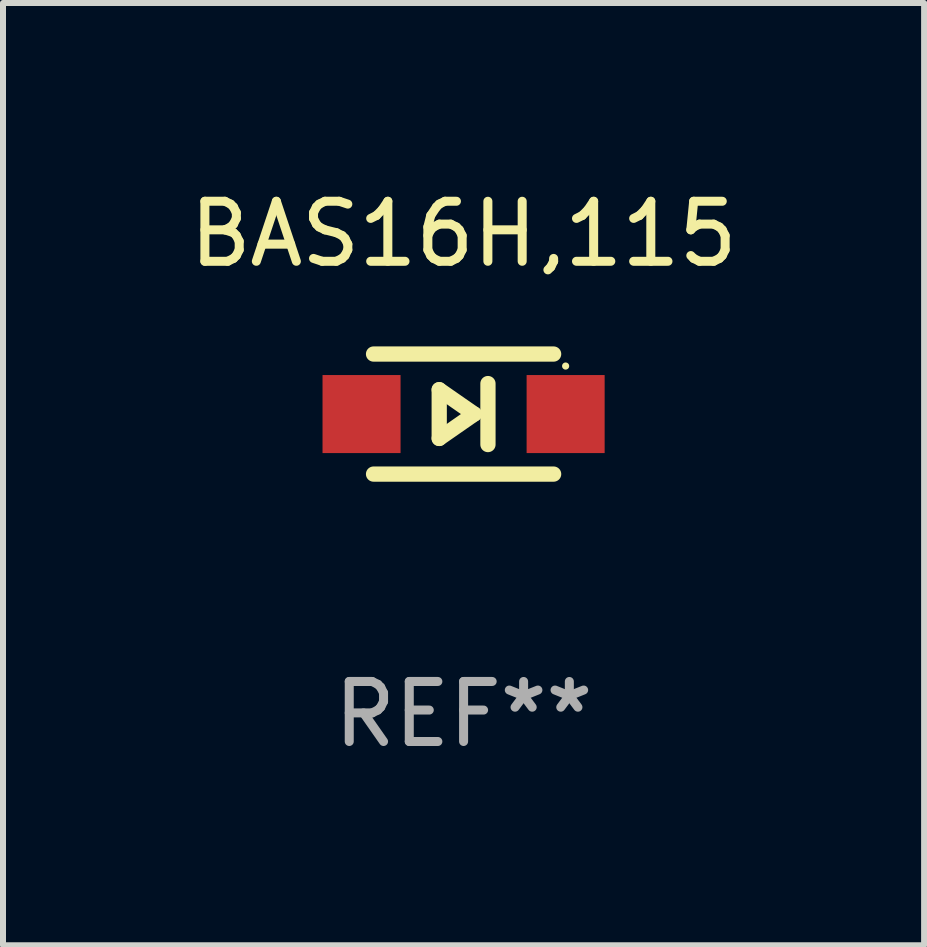
<source format=kicad_pcb>
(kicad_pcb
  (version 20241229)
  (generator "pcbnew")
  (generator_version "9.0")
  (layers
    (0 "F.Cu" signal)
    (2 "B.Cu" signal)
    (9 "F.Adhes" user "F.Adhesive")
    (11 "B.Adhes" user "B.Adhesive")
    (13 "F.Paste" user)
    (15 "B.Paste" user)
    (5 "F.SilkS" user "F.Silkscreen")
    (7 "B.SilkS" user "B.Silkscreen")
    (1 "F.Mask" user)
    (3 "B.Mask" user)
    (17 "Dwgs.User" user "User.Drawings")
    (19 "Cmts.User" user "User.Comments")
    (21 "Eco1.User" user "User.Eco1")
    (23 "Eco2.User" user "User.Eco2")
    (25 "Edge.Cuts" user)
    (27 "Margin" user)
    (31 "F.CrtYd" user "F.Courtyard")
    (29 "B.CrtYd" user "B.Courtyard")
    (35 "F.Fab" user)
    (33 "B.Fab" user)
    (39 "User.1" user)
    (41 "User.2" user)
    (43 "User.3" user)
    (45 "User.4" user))
  (footprint "BAS16H,115"
    (layer "F.Cu")
    (at 4.673 3.848)
    (property "Reference" "BAS16H,115" (at 0 -3 0) (layer "F.SilkS") (effects (font (size 1 1) (thickness 0.15))))
    (attr through_hole)
    (fp_line (start -1.5 -1) (end 1.5 -1) (stroke (width 0.254) (type solid)) (layer "F.SilkS"))
    (fp_line (start -0.406 -0.406) (end 0.178 0) (stroke (width 0.254) (type solid)) (layer "F.SilkS"))
    (fp_line (start -0.406 0.406) (end -0.406 -0.406) (stroke (width 0.254) (type solid)) (layer "F.SilkS"))
    (fp_line (start 0.178 0) (end -0.406 0.406) (stroke (width 0.254) (type solid)) (layer "F.SilkS"))
    (fp_line (start 0.406 0.508) (end 0.406 -0.508) (stroke (width 0.254) (type solid)) (layer "F.SilkS"))
    (fp_line (start 1.5 1) (end -1.5 1) (stroke (width 0.254) (type solid)) (layer "F.SilkS"))
    (fp_circle (center 1.7 -0.8) (end 1.73 -0.8) (stroke (width 0.06) (type solid)) (fill no) (layer "F.SilkS"))
    (fp_text user "REF**" (at 0 5 0) (layer "F.Fab") (effects (font (size 1 1) (thickness 0.15))))
    (pad "1" smd rect (at 1.7 0 180) (size 1.3 1.3) (layers "F.Cu" "F.Mask" "F.Paste"))
    (pad "2" smd rect (at -1.7 0 180) (size 1.3 1.3) (layers "F.Cu" "F.Mask" "F.Paste")))
  (gr_rect
    (start -3 -3)
    (end 12.345 12.697)
    (stroke (width 0.1) (type default))
    (fill no)
    (layer "Edge.Cuts")))
</source>
